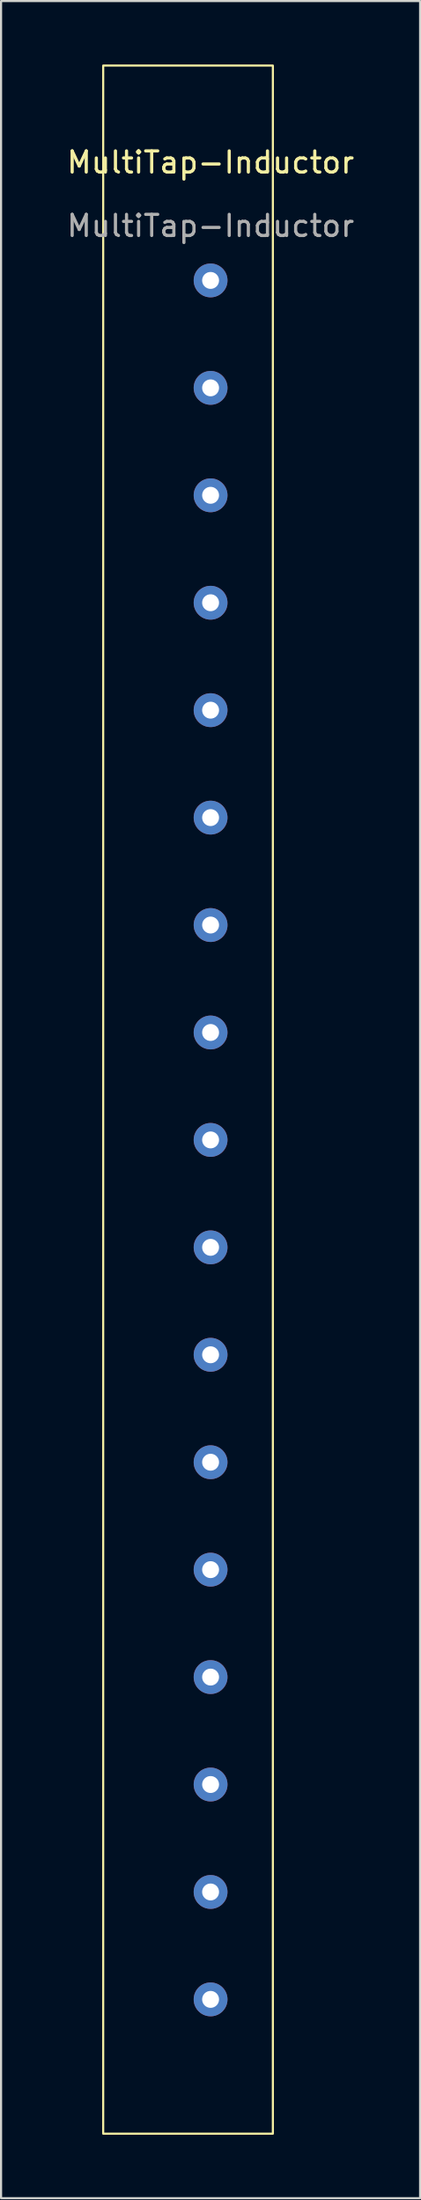
<source format=kicad_pcb>
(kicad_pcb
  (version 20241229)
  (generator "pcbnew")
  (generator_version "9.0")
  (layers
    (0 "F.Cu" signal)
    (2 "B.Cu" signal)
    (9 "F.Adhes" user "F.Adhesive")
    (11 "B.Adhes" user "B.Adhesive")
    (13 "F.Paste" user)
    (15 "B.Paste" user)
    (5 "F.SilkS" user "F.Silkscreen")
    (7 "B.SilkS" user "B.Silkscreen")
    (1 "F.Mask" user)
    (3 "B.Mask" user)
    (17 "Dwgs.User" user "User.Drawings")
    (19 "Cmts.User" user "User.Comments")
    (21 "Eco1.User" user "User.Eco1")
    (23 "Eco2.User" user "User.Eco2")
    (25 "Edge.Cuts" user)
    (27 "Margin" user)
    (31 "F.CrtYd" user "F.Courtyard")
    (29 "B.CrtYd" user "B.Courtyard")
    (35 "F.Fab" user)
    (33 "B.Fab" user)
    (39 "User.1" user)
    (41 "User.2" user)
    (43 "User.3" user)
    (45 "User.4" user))
  (footprint "MultiTap-Inductor"
    (layer "F.Cu")
    (at 6.911 5.13)
    (property "Reference" "MultiTap-Inductor" (at 0 -0.5 0) (unlocked yes) (layer "F.SilkS") (effects (font (size 1 1) (thickness 0.15))))
    (attr through_hole)
    (fp_rect (start -5.08 -5.08) (end 2.946 92.71) (stroke (width 0.1) (type default)) (fill no) (layer "F.SilkS"))
    (fp_text user "${REFERENCE}" (at 0 2.5 0) (unlocked yes) (layer "F.Fab") (effects (font (size 1 1) (thickness 0.15))))
    (pad "1" thru_hole circle (at 0 5.08) (size 1.6 1.6) (drill 0.8) (layers "*.Cu" "*.Mask"))
    (pad "2" thru_hole circle (at 0 10.16) (size 1.6 1.6) (drill 0.8) (layers "*.Cu" "*.Mask"))
    (pad "3" thru_hole circle (at 0 15.24) (size 1.6 1.6) (drill 0.8) (layers "*.Cu" "*.Mask"))
    (pad "4" thru_hole circle (at 0 20.32) (size 1.6 1.6) (drill 0.8) (layers "*.Cu" "*.Mask"))
    (pad "5" thru_hole circle (at 0 25.4) (size 1.6 1.6) (drill 0.8) (layers "*.Cu" "*.Mask"))
    (pad "6" thru_hole circle (at 0 30.48) (size 1.6 1.6) (drill 0.8) (layers "*.Cu" "*.Mask"))
    (pad "7" thru_hole circle (at 0 35.56) (size 1.6 1.6) (drill 0.8) (layers "*.Cu" "*.Mask"))
    (pad "8" thru_hole circle (at 0 40.64) (size 1.6 1.6) (drill 0.8) (layers "*.Cu" "*.Mask"))
    (pad "9" thru_hole circle (at 0 45.72) (size 1.6 1.6) (drill 0.8) (layers "*.Cu" "*.Mask"))
    (pad "10" thru_hole circle (at 0 50.8) (size 1.6 1.6) (drill 0.8) (layers "*.Cu" "*.Mask"))
    (pad "11" thru_hole circle (at 0 55.88) (size 1.6 1.6) (drill 0.8) (layers "*.Cu" "*.Mask"))
    (pad "12" thru_hole circle (at 0 60.96) (size 1.6 1.6) (drill 0.8) (layers "*.Cu" "*.Mask"))
    (pad "13" thru_hole circle (at 0 66.04) (size 1.6 1.6) (drill 0.8) (layers "*.Cu" "*.Mask"))
    (pad "14" thru_hole circle (at 0 71.12) (size 1.6 1.6) (drill 0.8) (layers "*.Cu" "*.Mask"))
    (pad "15" thru_hole circle (at 0 76.2) (size 1.6 1.6) (drill 0.8) (layers "*.Cu" "*.Mask"))
    (pad "16" thru_hole circle (at 0 81.28) (size 1.6 1.6) (drill 0.8) (layers "*.Cu" "*.Mask"))
    (pad "17" thru_hole circle (at 0 86.36) (size 1.6 1.6) (drill 0.8) (layers "*.Cu" "*.Mask")))
  (gr_rect
    (start -3 -3)
    (end 16.821 100.89)
    (stroke (width 0.1) (type default))
    (fill no)
    (layer "Edge.Cuts")))
</source>
